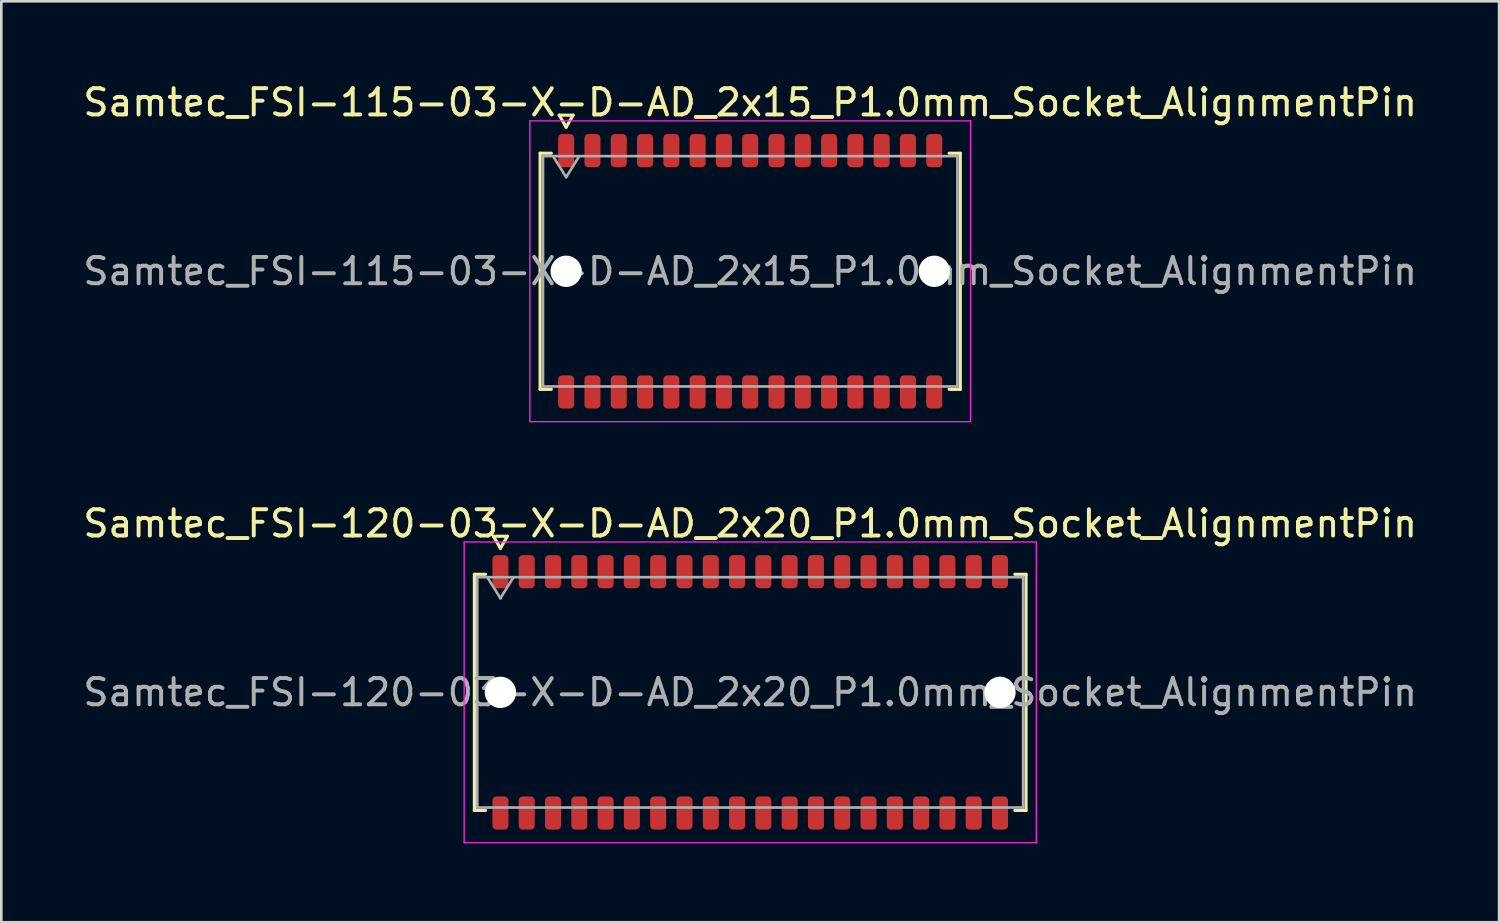
<source format=kicad_pcb>
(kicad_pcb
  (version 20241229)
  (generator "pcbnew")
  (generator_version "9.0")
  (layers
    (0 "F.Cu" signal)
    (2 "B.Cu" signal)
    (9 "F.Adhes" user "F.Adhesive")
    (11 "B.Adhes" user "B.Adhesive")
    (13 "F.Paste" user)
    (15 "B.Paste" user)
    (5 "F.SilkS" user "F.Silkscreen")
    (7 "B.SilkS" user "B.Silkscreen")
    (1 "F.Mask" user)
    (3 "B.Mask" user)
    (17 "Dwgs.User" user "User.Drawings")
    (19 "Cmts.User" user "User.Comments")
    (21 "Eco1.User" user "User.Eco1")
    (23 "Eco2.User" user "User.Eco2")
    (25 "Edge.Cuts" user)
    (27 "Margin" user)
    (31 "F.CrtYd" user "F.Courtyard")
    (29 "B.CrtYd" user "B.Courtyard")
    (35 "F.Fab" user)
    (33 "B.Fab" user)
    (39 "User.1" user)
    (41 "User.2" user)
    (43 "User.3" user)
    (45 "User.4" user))
  (footprint "Samtec_FSI-115-03-X-D-AD_2x15_P1.0mm_Socket_AlignmentPin"
    (layer "F.Cu")
    (at 25.482 7.268)
    (property "Reference" "Samtec_FSI-115-03-X-D-AD_2x15_P1.0mm_Socket_AlignmentPin" (at 0 -6.42 0) (layer "F.SilkS") (effects (font (size 1 1) (thickness 0.15))))
    (attr smd)
    (fp_line (start -7.99 -4.49) (end -7.565 -4.49) (stroke (width 0.12) (type solid)) (layer "F.SilkS"))
    (fp_line (start -7.99 4.49) (end -7.99 -4.49) (stroke (width 0.12) (type solid)) (layer "F.SilkS"))
    (fp_line (start -7.565 4.49) (end -7.99 4.49) (stroke (width 0.12) (type solid)) (layer "F.SilkS"))
    (fp_line (start -7.264 -5.938) (end -7 -5.48) (stroke (width 0.12) (type solid)) (layer "F.SilkS"))
    (fp_line (start -7 -5.48) (end -6.736 -5.938) (stroke (width 0.12) (type solid)) (layer "F.SilkS"))
    (fp_line (start -6.736 -5.938) (end -7.264 -5.938) (stroke (width 0.12) (type solid)) (layer "F.SilkS"))
    (fp_line (start 7.565 -4.49) (end 7.99 -4.49) (stroke (width 0.12) (type solid)) (layer "F.SilkS"))
    (fp_line (start 7.99 -4.49) (end 7.99 4.49) (stroke (width 0.12) (type solid)) (layer "F.SilkS"))
    (fp_line (start 7.99 4.49) (end 7.565 4.49) (stroke (width 0.12) (type solid)) (layer "F.SilkS"))
    (fp_line (start -8.38 -5.72) (end -8.38 5.72) (stroke (width 0.05) (type solid)) (layer "F.CrtYd"))
    (fp_line (start -8.38 5.72) (end 8.38 5.72) (stroke (width 0.05) (type solid)) (layer "F.CrtYd"))
    (fp_line (start 8.38 -5.72) (end -8.38 -5.72) (stroke (width 0.05) (type solid)) (layer "F.CrtYd"))
    (fp_line (start 8.38 5.72) (end 8.38 -5.72) (stroke (width 0.05) (type solid)) (layer "F.CrtYd"))
    (fp_line (start -7.88 -4.38) (end 7.88 -4.38) (stroke (width 0.1) (type solid)) (layer "F.Fab"))
    (fp_line (start -7.88 4.38) (end -7.88 -4.38) (stroke (width 0.1) (type solid)) (layer "F.Fab"))
    (fp_line (start -7.5 -4.38) (end -7 -3.58) (stroke (width 0.1) (type solid)) (layer "F.Fab"))
    (fp_line (start -7 -3.58) (end -6.5 -4.38) (stroke (width 0.1) (type solid)) (layer "F.Fab"))
    (fp_line (start 7.88 -4.38) (end 7.88 4.38) (stroke (width 0.1) (type solid)) (layer "F.Fab"))
    (fp_line (start 7.88 4.38) (end -7.88 4.38) (stroke (width 0.1) (type solid)) (layer "F.Fab"))
    (fp_text user "${REFERENCE}" (at 0 0 0) (layer "F.Fab") (effects (font (size 1 1) (thickness 0.15))))
    (pad "" np_thru_hole circle (at -7 0) (size 1.19 1.19) (drill 1.19) (layers "*.Cu" "*.Mask"))
    (pad "" np_thru_hole circle (at 7 0) (size 1.19 1.19) (drill 1.19) (layers "*.Cu" "*.Mask"))
    (pad "1" smd roundrect (at -7 -4.59) (size 0.61 1.26) (layers "F.Cu" "F.Mask" "F.Paste") (roundrect_rratio 0.25))
    (pad "2" smd roundrect (at -7 4.59) (size 0.61 1.26) (layers "F.Cu" "F.Mask" "F.Paste") (roundrect_rratio 0.25))
    (pad "3" smd roundrect (at -6 -4.59) (size 0.61 1.26) (layers "F.Cu" "F.Mask" "F.Paste") (roundrect_rratio 0.25))
    (pad "4" smd roundrect (at -6 4.59) (size 0.61 1.26) (layers "F.Cu" "F.Mask" "F.Paste") (roundrect_rratio 0.25))
    (pad "5" smd roundrect (at -5 -4.59) (size 0.61 1.26) (layers "F.Cu" "F.Mask" "F.Paste") (roundrect_rratio 0.25))
    (pad "6" smd roundrect (at -5 4.59) (size 0.61 1.26) (layers "F.Cu" "F.Mask" "F.Paste") (roundrect_rratio 0.25))
    (pad "7" smd roundrect (at -4 -4.59) (size 0.61 1.26) (layers "F.Cu" "F.Mask" "F.Paste") (roundrect_rratio 0.25))
    (pad "8" smd roundrect (at -4 4.59) (size 0.61 1.26) (layers "F.Cu" "F.Mask" "F.Paste") (roundrect_rratio 0.25))
    (pad "9" smd roundrect (at -3 -4.59) (size 0.61 1.26) (layers "F.Cu" "F.Mask" "F.Paste") (roundrect_rratio 0.25))
    (pad "10" smd roundrect (at -3 4.59) (size 0.61 1.26) (layers "F.Cu" "F.Mask" "F.Paste") (roundrect_rratio 0.25))
    (pad "11" smd roundrect (at -2 -4.59) (size 0.61 1.26) (layers "F.Cu" "F.Mask" "F.Paste") (roundrect_rratio 0.25))
    (pad "12" smd roundrect (at -2 4.59) (size 0.61 1.26) (layers "F.Cu" "F.Mask" "F.Paste") (roundrect_rratio 0.25))
    (pad "13" smd roundrect (at -1 -4.59) (size 0.61 1.26) (layers "F.Cu" "F.Mask" "F.Paste") (roundrect_rratio 0.25))
    (pad "14" smd roundrect (at -1 4.59) (size 0.61 1.26) (layers "F.Cu" "F.Mask" "F.Paste") (roundrect_rratio 0.25))
    (pad "15" smd roundrect (at 0 -4.59) (size 0.61 1.26) (layers "F.Cu" "F.Mask" "F.Paste") (roundrect_rratio 0.25))
    (pad "16" smd roundrect (at 0 4.59) (size 0.61 1.26) (layers "F.Cu" "F.Mask" "F.Paste") (roundrect_rratio 0.25))
    (pad "17" smd roundrect (at 1 -4.59) (size 0.61 1.26) (layers "F.Cu" "F.Mask" "F.Paste") (roundrect_rratio 0.25))
    (pad "18" smd roundrect (at 1 4.59) (size 0.61 1.26) (layers "F.Cu" "F.Mask" "F.Paste") (roundrect_rratio 0.25))
    (pad "19" smd roundrect (at 2 -4.59) (size 0.61 1.26) (layers "F.Cu" "F.Mask" "F.Paste") (roundrect_rratio 0.25))
    (pad "20" smd roundrect (at 2 4.59) (size 0.61 1.26) (layers "F.Cu" "F.Mask" "F.Paste") (roundrect_rratio 0.25))
    (pad "21" smd roundrect (at 3 -4.59) (size 0.61 1.26) (layers "F.Cu" "F.Mask" "F.Paste") (roundrect_rratio 0.25))
    (pad "22" smd roundrect (at 3 4.59) (size 0.61 1.26) (layers "F.Cu" "F.Mask" "F.Paste") (roundrect_rratio 0.25))
    (pad "23" smd roundrect (at 4 -4.59) (size 0.61 1.26) (layers "F.Cu" "F.Mask" "F.Paste") (roundrect_rratio 0.25))
    (pad "24" smd roundrect (at 4 4.59) (size 0.61 1.26) (layers "F.Cu" "F.Mask" "F.Paste") (roundrect_rratio 0.25))
    (pad "25" smd roundrect (at 5 -4.59) (size 0.61 1.26) (layers "F.Cu" "F.Mask" "F.Paste") (roundrect_rratio 0.25))
    (pad "26" smd roundrect (at 5 4.59) (size 0.61 1.26) (layers "F.Cu" "F.Mask" "F.Paste") (roundrect_rratio 0.25))
    (pad "27" smd roundrect (at 6 -4.59) (size 0.61 1.26) (layers "F.Cu" "F.Mask" "F.Paste") (roundrect_rratio 0.25))
    (pad "28" smd roundrect (at 6 4.59) (size 0.61 1.26) (layers "F.Cu" "F.Mask" "F.Paste") (roundrect_rratio 0.25))
    (pad "29" smd roundrect (at 7 -4.59) (size 0.61 1.26) (layers "F.Cu" "F.Mask" "F.Paste") (roundrect_rratio 0.25))
    (pad "30" smd roundrect (at 7 4.59) (size 0.61 1.26) (layers "F.Cu" "F.Mask" "F.Paste") (roundrect_rratio 0.25)))
  (footprint "Samtec_FSI-120-03-X-D-AD_2x20_P1.0mm_Socket_AlignmentPin"
    (layer "F.Cu")
    (at 25.482 23.282)
    (property "Reference" "Samtec_FSI-120-03-X-D-AD_2x20_P1.0mm_Socket_AlignmentPin" (at 0 -6.42 0) (layer "F.SilkS") (effects (font (size 1 1) (thickness 0.15))))
    (attr smd)
    (fp_line (start -10.49 -4.49) (end -10.065 -4.49) (stroke (width 0.12) (type solid)) (layer "F.SilkS"))
    (fp_line (start -10.49 4.49) (end -10.49 -4.49) (stroke (width 0.12) (type solid)) (layer "F.SilkS"))
    (fp_line (start -10.065 4.49) (end -10.49 4.49) (stroke (width 0.12) (type solid)) (layer "F.SilkS"))
    (fp_line (start -9.764 -5.938) (end -9.5 -5.48) (stroke (width 0.12) (type solid)) (layer "F.SilkS"))
    (fp_line (start -9.5 -5.48) (end -9.236 -5.938) (stroke (width 0.12) (type solid)) (layer "F.SilkS"))
    (fp_line (start -9.236 -5.938) (end -9.764 -5.938) (stroke (width 0.12) (type solid)) (layer "F.SilkS"))
    (fp_line (start 10.065 -4.49) (end 10.49 -4.49) (stroke (width 0.12) (type solid)) (layer "F.SilkS"))
    (fp_line (start 10.49 -4.49) (end 10.49 4.49) (stroke (width 0.12) (type solid)) (layer "F.SilkS"))
    (fp_line (start 10.49 4.49) (end 10.065 4.49) (stroke (width 0.12) (type solid)) (layer "F.SilkS"))
    (fp_line (start -10.88 -5.72) (end -10.88 5.72) (stroke (width 0.05) (type solid)) (layer "F.CrtYd"))
    (fp_line (start -10.88 5.72) (end 10.88 5.72) (stroke (width 0.05) (type solid)) (layer "F.CrtYd"))
    (fp_line (start 10.88 -5.72) (end -10.88 -5.72) (stroke (width 0.05) (type solid)) (layer "F.CrtYd"))
    (fp_line (start 10.88 5.72) (end 10.88 -5.72) (stroke (width 0.05) (type solid)) (layer "F.CrtYd"))
    (fp_line (start -10.38 -4.38) (end 10.38 -4.38) (stroke (width 0.1) (type solid)) (layer "F.Fab"))
    (fp_line (start -10.38 4.38) (end -10.38 -4.38) (stroke (width 0.1) (type solid)) (layer "F.Fab"))
    (fp_line (start -10 -4.38) (end -9.5 -3.58) (stroke (width 0.1) (type solid)) (layer "F.Fab"))
    (fp_line (start -9.5 -3.58) (end -9 -4.38) (stroke (width 0.1) (type solid)) (layer "F.Fab"))
    (fp_line (start 10.38 -4.38) (end 10.38 4.38) (stroke (width 0.1) (type solid)) (layer "F.Fab"))
    (fp_line (start 10.38 4.38) (end -10.38 4.38) (stroke (width 0.1) (type solid)) (layer "F.Fab"))
    (fp_text user "${REFERENCE}" (at 0 0 0) (layer "F.Fab") (effects (font (size 1 1) (thickness 0.15))))
    (pad "" np_thru_hole circle (at -9.5 0) (size 1.19 1.19) (drill 1.19) (layers "*.Cu" "*.Mask"))
    (pad "" np_thru_hole circle (at 9.5 0) (size 1.19 1.19) (drill 1.19) (layers "*.Cu" "*.Mask"))
    (pad "1" smd roundrect (at -9.5 -4.59) (size 0.61 1.26) (layers "F.Cu" "F.Mask" "F.Paste") (roundrect_rratio 0.25))
    (pad "2" smd roundrect (at -9.5 4.59) (size 0.61 1.26) (layers "F.Cu" "F.Mask" "F.Paste") (roundrect_rratio 0.25))
    (pad "3" smd roundrect (at -8.5 -4.59) (size 0.61 1.26) (layers "F.Cu" "F.Mask" "F.Paste") (roundrect_rratio 0.25))
    (pad "4" smd roundrect (at -8.5 4.59) (size 0.61 1.26) (layers "F.Cu" "F.Mask" "F.Paste") (roundrect_rratio 0.25))
    (pad "5" smd roundrect (at -7.5 -4.59) (size 0.61 1.26) (layers "F.Cu" "F.Mask" "F.Paste") (roundrect_rratio 0.25))
    (pad "6" smd roundrect (at -7.5 4.59) (size 0.61 1.26) (layers "F.Cu" "F.Mask" "F.Paste") (roundrect_rratio 0.25))
    (pad "7" smd roundrect (at -6.5 -4.59) (size 0.61 1.26) (layers "F.Cu" "F.Mask" "F.Paste") (roundrect_rratio 0.25))
    (pad "8" smd roundrect (at -6.5 4.59) (size 0.61 1.26) (layers "F.Cu" "F.Mask" "F.Paste") (roundrect_rratio 0.25))
    (pad "9" smd roundrect (at -5.5 -4.59) (size 0.61 1.26) (layers "F.Cu" "F.Mask" "F.Paste") (roundrect_rratio 0.25))
    (pad "10" smd roundrect (at -5.5 4.59) (size 0.61 1.26) (layers "F.Cu" "F.Mask" "F.Paste") (roundrect_rratio 0.25))
    (pad "11" smd roundrect (at -4.5 -4.59) (size 0.61 1.26) (layers "F.Cu" "F.Mask" "F.Paste") (roundrect_rratio 0.25))
    (pad "12" smd roundrect (at -4.5 4.59) (size 0.61 1.26) (layers "F.Cu" "F.Mask" "F.Paste") (roundrect_rratio 0.25))
    (pad "13" smd roundrect (at -3.5 -4.59) (size 0.61 1.26) (layers "F.Cu" "F.Mask" "F.Paste") (roundrect_rratio 0.25))
    (pad "14" smd roundrect (at -3.5 4.59) (size 0.61 1.26) (layers "F.Cu" "F.Mask" "F.Paste") (roundrect_rratio 0.25))
    (pad "15" smd roundrect (at -2.5 -4.59) (size 0.61 1.26) (layers "F.Cu" "F.Mask" "F.Paste") (roundrect_rratio 0.25))
    (pad "16" smd roundrect (at -2.5 4.59) (size 0.61 1.26) (layers "F.Cu" "F.Mask" "F.Paste") (roundrect_rratio 0.25))
    (pad "17" smd roundrect (at -1.5 -4.59) (size 0.61 1.26) (layers "F.Cu" "F.Mask" "F.Paste") (roundrect_rratio 0.25))
    (pad "18" smd roundrect (at -1.5 4.59) (size 0.61 1.26) (layers "F.Cu" "F.Mask" "F.Paste") (roundrect_rratio 0.25))
    (pad "19" smd roundrect (at -0.5 -4.59) (size 0.61 1.26) (layers "F.Cu" "F.Mask" "F.Paste") (roundrect_rratio 0.25))
    (pad "20" smd roundrect (at -0.5 4.59) (size 0.61 1.26) (layers "F.Cu" "F.Mask" "F.Paste") (roundrect_rratio 0.25))
    (pad "21" smd roundrect (at 0.5 -4.59) (size 0.61 1.26) (layers "F.Cu" "F.Mask" "F.Paste") (roundrect_rratio 0.25))
    (pad "22" smd roundrect (at 0.5 4.59) (size 0.61 1.26) (layers "F.Cu" "F.Mask" "F.Paste") (roundrect_rratio 0.25))
    (pad "23" smd roundrect (at 1.5 -4.59) (size 0.61 1.26) (layers "F.Cu" "F.Mask" "F.Paste") (roundrect_rratio 0.25))
    (pad "24" smd roundrect (at 1.5 4.59) (size 0.61 1.26) (layers "F.Cu" "F.Mask" "F.Paste") (roundrect_rratio 0.25))
    (pad "25" smd roundrect (at 2.5 -4.59) (size 0.61 1.26) (layers "F.Cu" "F.Mask" "F.Paste") (roundrect_rratio 0.25))
    (pad "26" smd roundrect (at 2.5 4.59) (size 0.61 1.26) (layers "F.Cu" "F.Mask" "F.Paste") (roundrect_rratio 0.25))
    (pad "27" smd roundrect (at 3.5 -4.59) (size 0.61 1.26) (layers "F.Cu" "F.Mask" "F.Paste") (roundrect_rratio 0.25))
    (pad "28" smd roundrect (at 3.5 4.59) (size 0.61 1.26) (layers "F.Cu" "F.Mask" "F.Paste") (roundrect_rratio 0.25))
    (pad "29" smd roundrect (at 4.5 -4.59) (size 0.61 1.26) (layers "F.Cu" "F.Mask" "F.Paste") (roundrect_rratio 0.25))
    (pad "30" smd roundrect (at 4.5 4.59) (size 0.61 1.26) (layers "F.Cu" "F.Mask" "F.Paste") (roundrect_rratio 0.25))
    (pad "31" smd roundrect (at 5.5 -4.59) (size 0.61 1.26) (layers "F.Cu" "F.Mask" "F.Paste") (roundrect_rratio 0.25))
    (pad "32" smd roundrect (at 5.5 4.59) (size 0.61 1.26) (layers "F.Cu" "F.Mask" "F.Paste") (roundrect_rratio 0.25))
    (pad "33" smd roundrect (at 6.5 -4.59) (size 0.61 1.26) (layers "F.Cu" "F.Mask" "F.Paste") (roundrect_rratio 0.25))
    (pad "34" smd roundrect (at 6.5 4.59) (size 0.61 1.26) (layers "F.Cu" "F.Mask" "F.Paste") (roundrect_rratio 0.25))
    (pad "35" smd roundrect (at 7.5 -4.59) (size 0.61 1.26) (layers "F.Cu" "F.Mask" "F.Paste") (roundrect_rratio 0.25))
    (pad "36" smd roundrect (at 7.5 4.59) (size 0.61 1.26) (layers "F.Cu" "F.Mask" "F.Paste") (roundrect_rratio 0.25))
    (pad "37" smd roundrect (at 8.5 -4.59) (size 0.61 1.26) (layers "F.Cu" "F.Mask" "F.Paste") (roundrect_rratio 0.25))
    (pad "38" smd roundrect (at 8.5 4.59) (size 0.61 1.26) (layers "F.Cu" "F.Mask" "F.Paste") (roundrect_rratio 0.25))
    (pad "39" smd roundrect (at 9.5 -4.59) (size 0.61 1.26) (layers "F.Cu" "F.Mask" "F.Paste") (roundrect_rratio 0.25))
    (pad "40" smd roundrect (at 9.5 4.59) (size 0.61 1.26) (layers "F.Cu" "F.Mask" "F.Paste") (roundrect_rratio 0.25)))
  (gr_rect
    (start -3 -3)
    (end 53.964 32.026)
    (stroke (width 0.1) (type default))
    (fill no)
    (layer "Edge.Cuts")))
</source>
